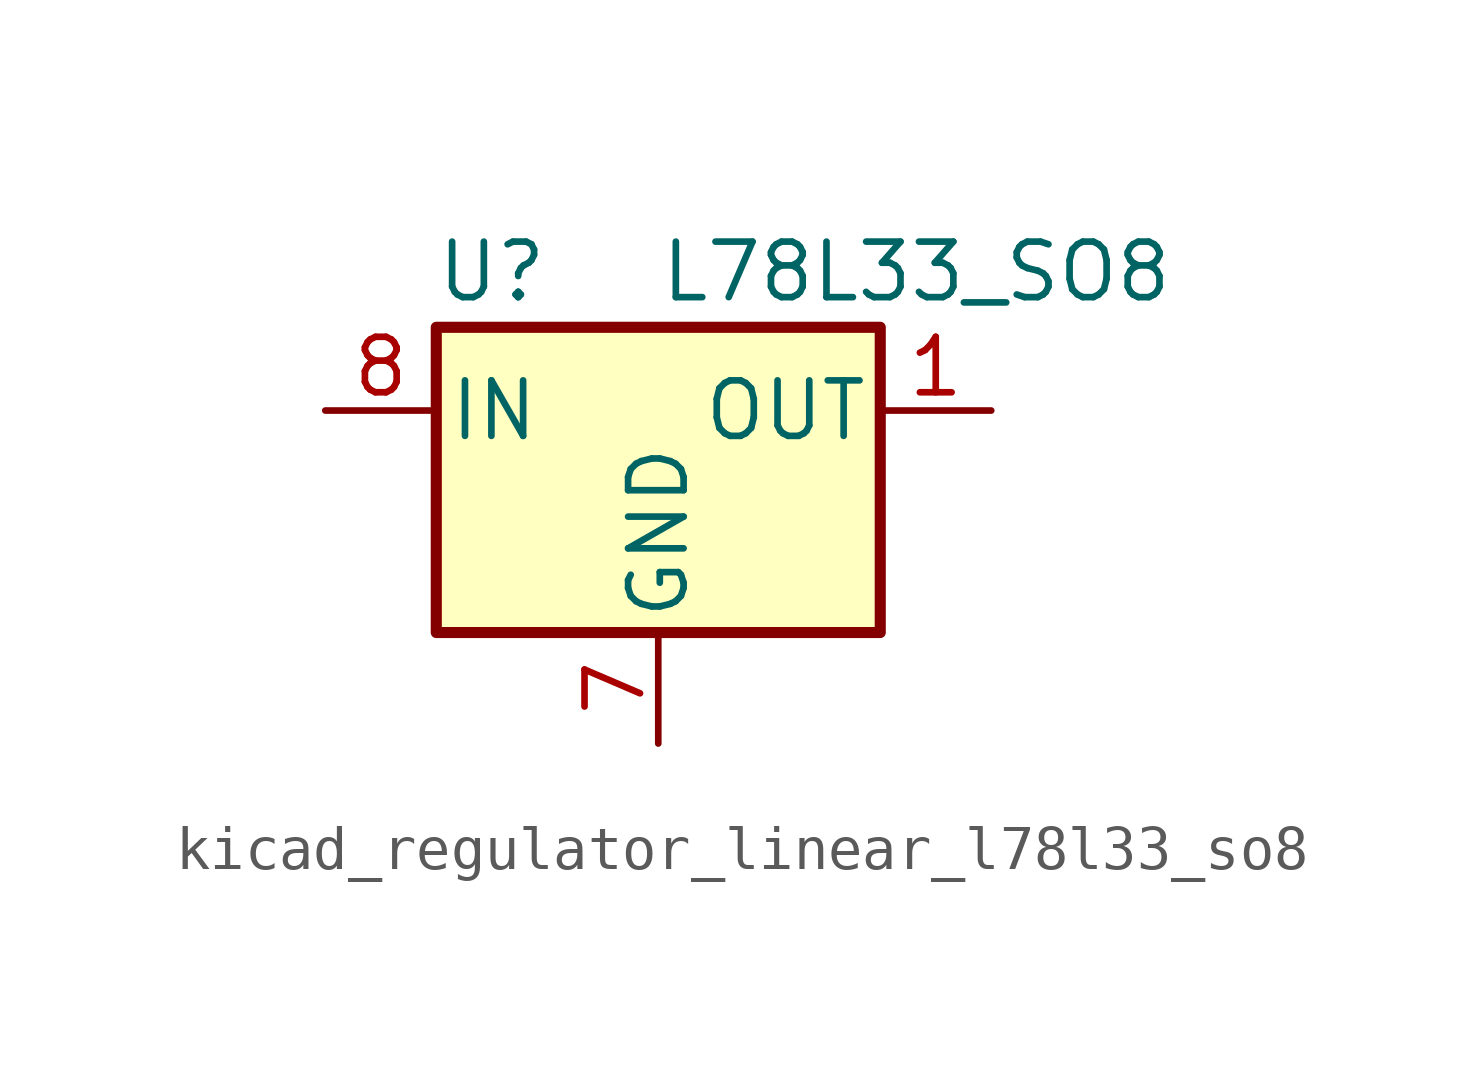
<source format=kicad_sym>
(kicad_symbol_lib
  (version 20220914)
  (generator kicad_symbol_editor)
  (symbol "kicad_regulator_linear_l78l33_so8"
    (pin_names
      (offset 0.254))
    (property "Reference" "U"
      (at -3.81 3.175 0)
      (effects (font (size 1.27 1.27))))
    (property "Value" "L78L33_SO8"
      (at 0 3.175 0)
      (effects (font (size 1.27 1.27)) (justify left)))
    (symbol "kicad_regulator_linear_l78l33_so8_0_1"
      (rectangle (start -5.08 1.905) (end 5.08 -5.08) (stroke (width 0.254) (type default)) (fill (type background))))
    (symbol "kicad_regulator_linear_l78l33_so8_1_1"
      (pin power_out line (at 7.62 0 180) (length 2.54) (name "OUT" (effects (font (size 1.27 1.27)))) (number "1" (effects (font (size 1.27 1.27)))))
      (pin passive line (at 0 -7.62 90) (length 2.54) hide (name "GND" (effects (font (size 1.27 1.27)))) (number "2" (effects (font (size 1.27 1.27)))))
      (pin passive line (at 0 -7.62 90) (length 2.54) hide (name "GND" (effects (font (size 1.27 1.27)))) (number "3" (effects (font (size 1.27 1.27)))))
      (pin no_connect line (at -5.08 -2.54 0) (length 2.54) hide (name "NC" (effects (font (size 1.27 1.27)))) (number "4" (effects (font (size 1.27 1.27)))))
      (pin no_connect line (at 5.08 -2.54 180) (length 2.54) hide (name "NC" (effects (font (size 1.27 1.27)))) (number "5" (effects (font (size 1.27 1.27)))))
      (pin passive line (at 0 -7.62 90) (length 2.54) hide (name "GND" (effects (font (size 1.27 1.27)))) (number "6" (effects (font (size 1.27 1.27)))))
      (pin power_in line (at 0 -7.62 90) (length 2.54) (name "GND" (effects (font (size 1.27 1.27)))) (number "7" (effects (font (size 1.27 1.27)))))
      (pin power_in line (at -7.62 0 0) (length 2.54) (name "IN" (effects (font (size 1.27 1.27)))) (number "8" (effects (font (size 1.27 1.27))))))))
</source>
